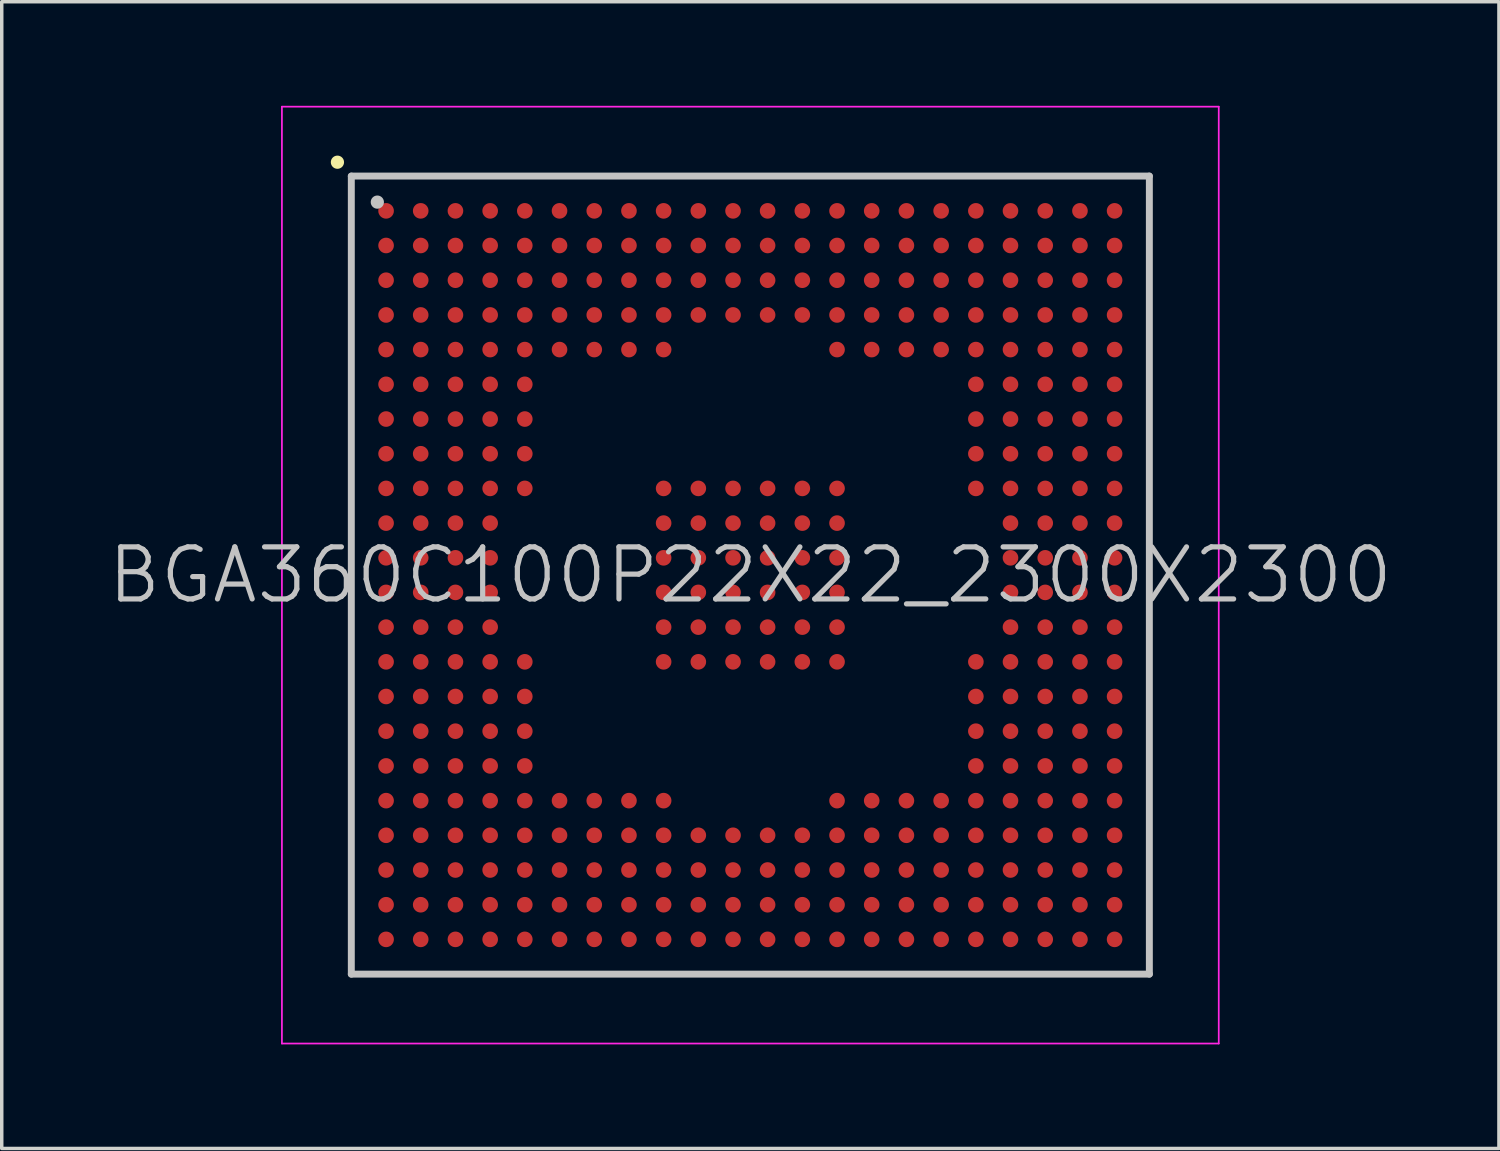
<source format=kicad_pcb>
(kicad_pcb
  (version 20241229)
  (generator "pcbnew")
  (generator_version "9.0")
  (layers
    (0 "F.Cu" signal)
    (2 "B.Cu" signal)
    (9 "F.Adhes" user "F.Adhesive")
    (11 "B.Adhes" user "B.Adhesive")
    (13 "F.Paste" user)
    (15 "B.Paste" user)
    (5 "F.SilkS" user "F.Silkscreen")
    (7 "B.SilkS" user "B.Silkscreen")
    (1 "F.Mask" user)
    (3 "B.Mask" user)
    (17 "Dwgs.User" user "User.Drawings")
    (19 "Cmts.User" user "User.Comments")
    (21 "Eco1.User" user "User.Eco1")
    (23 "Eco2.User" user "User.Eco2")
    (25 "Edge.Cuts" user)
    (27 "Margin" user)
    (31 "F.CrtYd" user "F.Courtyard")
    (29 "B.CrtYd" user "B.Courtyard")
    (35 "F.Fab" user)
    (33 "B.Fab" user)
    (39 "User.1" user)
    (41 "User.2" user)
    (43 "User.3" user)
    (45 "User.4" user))
  (footprint "BGA360C100P22X22_2300X2300"
    (layer "F.Cu")
    (at 18.575 13.525)
    (property "Reference" "BGA360C100P22X22_2300X2300" (at 0 0 0) (layer "Dwgs.User") (effects (font (size 1.5 1.5) (thickness 0.15))))
    (attr smd)
    (fp_line (start -11.9 -11.9) (end -11.9 -11.9) (stroke (width 0.381) (type solid)) (layer "F.SilkS"))
    (fp_line (start -11.5 -11.5) (end -11.5 11.5) (stroke (width 0.2) (type solid)) (layer "Dwgs.User"))
    (fp_line (start -11.5 -11.5) (end 11.5 -11.5) (stroke (width 0.2) (type solid)) (layer "Dwgs.User"))
    (fp_line (start -11.5 11.5) (end 11.5 11.5) (stroke (width 0.2) (type solid)) (layer "Dwgs.User"))
    (fp_line (start -10.75 -10.75) (end -10.75 -10.75) (stroke (width 0.381) (type solid)) (layer "Dwgs.User"))
    (fp_line (start 11.5 -11.5) (end 11.5 11.5) (stroke (width 0.2) (type solid)) (layer "Dwgs.User"))
    (fp_line (start -13.5 -13.5) (end -13.5 13.5) (stroke (width 0.05) (type solid)) (layer "F.CrtYd"))
    (fp_line (start -13.5 -13.5) (end 13.5 -13.5) (stroke (width 0.05) (type solid)) (layer "F.CrtYd"))
    (fp_line (start -13.5 13.5) (end 13.5 13.5) (stroke (width 0.05) (type solid)) (layer "F.CrtYd"))
    (fp_line (start 13.5 -13.5) (end 13.5 13.5) (stroke (width 0.05) (type solid)) (layer "F.CrtYd"))
    (pad "A1" smd circle (at -10.498 -10.498 270) (size 0.45 0.45) (layers "F.Cu" "F.Mask" "F.Paste"))
    (pad "A2" smd circle (at -9.5 -10.498 270) (size 0.45 0.45) (layers "F.Cu" "F.Mask" "F.Paste"))
    (pad "A3" smd circle (at -8.499 -10.498 270) (size 0.45 0.45) (layers "F.Cu" "F.Mask" "F.Paste"))
    (pad "A4" smd circle (at -7.498 -10.498 270) (size 0.45 0.45) (layers "F.Cu" "F.Mask" "F.Paste"))
    (pad "A5" smd circle (at -6.5 -10.498 270) (size 0.45 0.45) (layers "F.Cu" "F.Mask" "F.Paste"))
    (pad "A6" smd circle (at -5.499 -10.498 270) (size 0.45 0.45) (layers "F.Cu" "F.Mask" "F.Paste"))
    (pad "A7" smd circle (at -4.498 -10.498 270) (size 0.45 0.45) (layers "F.Cu" "F.Mask" "F.Paste"))
    (pad "A8" smd circle (at -3.498 -10.498 270) (size 0.45 0.45) (layers "F.Cu" "F.Mask" "F.Paste"))
    (pad "A9" smd circle (at -2.499 -10.498 270) (size 0.45 0.45) (layers "F.Cu" "F.Mask" "F.Paste"))
    (pad "A10" smd circle (at -1.499 -10.498 270) (size 0.45 0.45) (layers "F.Cu" "F.Mask" "F.Paste"))
    (pad "A11" smd circle (at -0.498 -10.498 270) (size 0.45 0.45) (layers "F.Cu" "F.Mask" "F.Paste"))
    (pad "A12" smd circle (at 0.498 -10.498 270) (size 0.45 0.45) (layers "F.Cu" "F.Mask" "F.Paste"))
    (pad "A13" smd circle (at 1.499 -10.498 270) (size 0.45 0.45) (layers "F.Cu" "F.Mask" "F.Paste"))
    (pad "A14" smd circle (at 2.499 -10.498 270) (size 0.45 0.45) (layers "F.Cu" "F.Mask" "F.Paste"))
    (pad "A15" smd circle (at 3.498 -10.498 270) (size 0.45 0.45) (layers "F.Cu" "F.Mask" "F.Paste"))
    (pad "A16" smd circle (at 4.498 -10.498 270) (size 0.45 0.45) (layers "F.Cu" "F.Mask" "F.Paste"))
    (pad "A17" smd circle (at 5.499 -10.498 270) (size 0.45 0.45) (layers "F.Cu" "F.Mask" "F.Paste"))
    (pad "A18" smd circle (at 6.5 -10.498 270) (size 0.45 0.45) (layers "F.Cu" "F.Mask" "F.Paste"))
    (pad "A19" smd circle (at 7.498 -10.498 270) (size 0.45 0.45) (layers "F.Cu" "F.Mask" "F.Paste"))
    (pad "A20" smd circle (at 8.499 -10.498 270) (size 0.45 0.45) (layers "F.Cu" "F.Mask" "F.Paste"))
    (pad "A21" smd circle (at 9.5 -10.498 270) (size 0.45 0.45) (layers "F.Cu" "F.Mask" "F.Paste"))
    (pad "A22" smd circle (at 10.498 -10.498 270) (size 0.45 0.45) (layers "F.Cu" "F.Mask" "F.Paste"))
    (pad "AA1" smd circle (at -10.498 9.5 270) (size 0.45 0.45) (layers "F.Cu" "F.Mask" "F.Paste"))
    (pad "AA2" smd circle (at -9.5 9.5 270) (size 0.45 0.45) (layers "F.Cu" "F.Mask" "F.Paste"))
    (pad "AA3" smd circle (at -8.499 9.5 270) (size 0.45 0.45) (layers "F.Cu" "F.Mask" "F.Paste"))
    (pad "AA4" smd circle (at -7.498 9.5 270) (size 0.45 0.45) (layers "F.Cu" "F.Mask" "F.Paste"))
    (pad "AA5" smd circle (at -6.5 9.5 270) (size 0.45 0.45) (layers "F.Cu" "F.Mask" "F.Paste"))
    (pad "AA6" smd circle (at -5.499 9.5 270) (size 0.45 0.45) (layers "F.Cu" "F.Mask" "F.Paste"))
    (pad "AA7" smd circle (at -4.498 9.5 270) (size 0.45 0.45) (layers "F.Cu" "F.Mask" "F.Paste"))
    (pad "AA8" smd circle (at -3.498 9.5 270) (size 0.45 0.45) (layers "F.Cu" "F.Mask" "F.Paste"))
    (pad "AA9" smd circle (at -2.499 9.5 270) (size 0.45 0.45) (layers "F.Cu" "F.Mask" "F.Paste"))
    (pad "AA10" smd circle (at -1.499 9.5 270) (size 0.45 0.45) (layers "F.Cu" "F.Mask" "F.Paste"))
    (pad "AA11" smd circle (at -0.498 9.5 270) (size 0.45 0.45) (layers "F.Cu" "F.Mask" "F.Paste"))
    (pad "AA12" smd circle (at 0.498 9.5 270) (size 0.45 0.45) (layers "F.Cu" "F.Mask" "F.Paste"))
    (pad "AA13" smd circle (at 1.499 9.5 270) (size 0.45 0.45) (layers "F.Cu" "F.Mask" "F.Paste"))
    (pad "AA14" smd circle (at 2.499 9.5 270) (size 0.45 0.45) (layers "F.Cu" "F.Mask" "F.Paste"))
    (pad "AA15" smd circle (at 3.498 9.5 270) (size 0.45 0.45) (layers "F.Cu" "F.Mask" "F.Paste"))
    (pad "AA16" smd circle (at 4.498 9.5 270) (size 0.45 0.45) (layers "F.Cu" "F.Mask" "F.Paste"))
    (pad "AA17" smd circle (at 5.499 9.5 270) (size 0.45 0.45) (layers "F.Cu" "F.Mask" "F.Paste"))
    (pad "AA18" smd circle (at 6.5 9.5 270) (size 0.45 0.45) (layers "F.Cu" "F.Mask" "F.Paste"))
    (pad "AA19" smd circle (at 7.498 9.5 270) (size 0.45 0.45) (layers "F.Cu" "F.Mask" "F.Paste"))
    (pad "AA20" smd circle (at 8.499 9.5 270) (size 0.45 0.45) (layers "F.Cu" "F.Mask" "F.Paste"))
    (pad "AA21" smd circle (at 9.5 9.5 270) (size 0.45 0.45) (layers "F.Cu" "F.Mask" "F.Paste"))
    (pad "AA22" smd circle (at 10.498 9.5 270) (size 0.45 0.45) (layers "F.Cu" "F.Mask" "F.Paste"))
    (pad "AB1" smd circle (at -10.498 10.498 270) (size 0.45 0.45) (layers "F.Cu" "F.Mask" "F.Paste"))
    (pad "AB2" smd circle (at -9.5 10.498 270) (size 0.45 0.45) (layers "F.Cu" "F.Mask" "F.Paste"))
    (pad "AB3" smd circle (at -8.499 10.498 270) (size 0.45 0.45) (layers "F.Cu" "F.Mask" "F.Paste"))
    (pad "AB4" smd circle (at -7.498 10.498 270) (size 0.45 0.45) (layers "F.Cu" "F.Mask" "F.Paste"))
    (pad "AB5" smd circle (at -6.5 10.498 270) (size 0.45 0.45) (layers "F.Cu" "F.Mask" "F.Paste"))
    (pad "AB6" smd circle (at -5.499 10.498 270) (size 0.45 0.45) (layers "F.Cu" "F.Mask" "F.Paste"))
    (pad "AB7" smd circle (at -4.498 10.498 270) (size 0.45 0.45) (layers "F.Cu" "F.Mask" "F.Paste"))
    (pad "AB8" smd circle (at -3.498 10.498 270) (size 0.45 0.45) (layers "F.Cu" "F.Mask" "F.Paste"))
    (pad "AB9" smd circle (at -2.499 10.498 270) (size 0.45 0.45) (layers "F.Cu" "F.Mask" "F.Paste"))
    (pad "AB10" smd circle (at -1.499 10.498 270) (size 0.45 0.45) (layers "F.Cu" "F.Mask" "F.Paste"))
    (pad "AB11" smd circle (at -0.498 10.498 270) (size 0.45 0.45) (layers "F.Cu" "F.Mask" "F.Paste"))
    (pad "AB12" smd circle (at 0.498 10.498 270) (size 0.45 0.45) (layers "F.Cu" "F.Mask" "F.Paste"))
    (pad "AB13" smd circle (at 1.499 10.498 270) (size 0.45 0.45) (layers "F.Cu" "F.Mask" "F.Paste"))
    (pad "AB14" smd circle (at 2.499 10.498 270) (size 0.45 0.45) (layers "F.Cu" "F.Mask" "F.Paste"))
    (pad "AB15" smd circle (at 3.498 10.498 270) (size 0.45 0.45) (layers "F.Cu" "F.Mask" "F.Paste"))
    (pad "AB16" smd circle (at 4.498 10.498 270) (size 0.45 0.45) (layers "F.Cu" "F.Mask" "F.Paste"))
    (pad "AB17" smd circle (at 5.499 10.498 270) (size 0.45 0.45) (layers "F.Cu" "F.Mask" "F.Paste"))
    (pad "AB18" smd circle (at 6.5 10.498 270) (size 0.45 0.45) (layers "F.Cu" "F.Mask" "F.Paste"))
    (pad "AB19" smd circle (at 7.498 10.498 270) (size 0.45 0.45) (layers "F.Cu" "F.Mask" "F.Paste"))
    (pad "AB20" smd circle (at 8.499 10.498 270) (size 0.45 0.45) (layers "F.Cu" "F.Mask" "F.Paste"))
    (pad "AB21" smd circle (at 9.5 10.498 270) (size 0.45 0.45) (layers "F.Cu" "F.Mask" "F.Paste"))
    (pad "AB22" smd circle (at 10.498 10.498 270) (size 0.45 0.45) (layers "F.Cu" "F.Mask" "F.Paste"))
    (pad "B1" smd circle (at -10.498 -9.5 270) (size 0.45 0.45) (layers "F.Cu" "F.Mask" "F.Paste"))
    (pad "B2" smd circle (at -9.5 -9.5 270) (size 0.45 0.45) (layers "F.Cu" "F.Mask" "F.Paste"))
    (pad "B3" smd circle (at -8.499 -9.5 270) (size 0.45 0.45) (layers "F.Cu" "F.Mask" "F.Paste"))
    (pad "B4" smd circle (at -7.498 -9.5 270) (size 0.45 0.45) (layers "F.Cu" "F.Mask" "F.Paste"))
    (pad "B5" smd circle (at -6.5 -9.5 270) (size 0.45 0.45) (layers "F.Cu" "F.Mask" "F.Paste"))
    (pad "B6" smd circle (at -5.499 -9.5 270) (size 0.45 0.45) (layers "F.Cu" "F.Mask" "F.Paste"))
    (pad "B7" smd circle (at -4.498 -9.5 270) (size 0.45 0.45) (layers "F.Cu" "F.Mask" "F.Paste"))
    (pad "B8" smd circle (at -3.498 -9.5 270) (size 0.45 0.45) (layers "F.Cu" "F.Mask" "F.Paste"))
    (pad "B9" smd circle (at -2.499 -9.5 270) (size 0.45 0.45) (layers "F.Cu" "F.Mask" "F.Paste"))
    (pad "B10" smd circle (at -1.499 -9.5 270) (size 0.45 0.45) (layers "F.Cu" "F.Mask" "F.Paste"))
    (pad "B11" smd circle (at -0.498 -9.5 270) (size 0.45 0.45) (layers "F.Cu" "F.Mask" "F.Paste"))
    (pad "B12" smd circle (at 0.498 -9.5 270) (size 0.45 0.45) (layers "F.Cu" "F.Mask" "F.Paste"))
    (pad "B13" smd circle (at 1.499 -9.5 270) (size 0.45 0.45) (layers "F.Cu" "F.Mask" "F.Paste"))
    (pad "B14" smd circle (at 2.499 -9.5 270) (size 0.45 0.45) (layers "F.Cu" "F.Mask" "F.Paste"))
    (pad "B15" smd circle (at 3.498 -9.5 270) (size 0.45 0.45) (layers "F.Cu" "F.Mask" "F.Paste"))
    (pad "B16" smd circle (at 4.498 -9.5 270) (size 0.45 0.45) (layers "F.Cu" "F.Mask" "F.Paste"))
    (pad "B17" smd circle (at 5.499 -9.5 270) (size 0.45 0.45) (layers "F.Cu" "F.Mask" "F.Paste"))
    (pad "B18" smd circle (at 6.5 -9.5 270) (size 0.45 0.45) (layers "F.Cu" "F.Mask" "F.Paste"))
    (pad "B19" smd circle (at 7.498 -9.5 270) (size 0.45 0.45) (layers "F.Cu" "F.Mask" "F.Paste"))
    (pad "B20" smd circle (at 8.499 -9.5 270) (size 0.45 0.45) (layers "F.Cu" "F.Mask" "F.Paste"))
    (pad "B21" smd circle (at 9.5 -9.5 270) (size 0.45 0.45) (layers "F.Cu" "F.Mask" "F.Paste"))
    (pad "B22" smd circle (at 10.498 -9.5 270) (size 0.45 0.45) (layers "F.Cu" "F.Mask" "F.Paste"))
    (pad "C1" smd circle (at -10.498 -8.499 270) (size 0.45 0.45) (layers "F.Cu" "F.Mask" "F.Paste"))
    (pad "C2" smd circle (at -9.5 -8.499 270) (size 0.45 0.45) (layers "F.Cu" "F.Mask" "F.Paste"))
    (pad "C3" smd circle (at -8.499 -8.499 270) (size 0.45 0.45) (layers "F.Cu" "F.Mask" "F.Paste"))
    (pad "C4" smd circle (at -7.498 -8.499 270) (size 0.45 0.45) (layers "F.Cu" "F.Mask" "F.Paste"))
    (pad "C5" smd circle (at -6.5 -8.499 270) (size 0.45 0.45) (layers "F.Cu" "F.Mask" "F.Paste"))
    (pad "C6" smd circle (at -5.499 -8.499 270) (size 0.45 0.45) (layers "F.Cu" "F.Mask" "F.Paste"))
    (pad "C7" smd circle (at -4.498 -8.499 270) (size 0.45 0.45) (layers "F.Cu" "F.Mask" "F.Paste"))
    (pad "C8" smd circle (at -3.498 -8.499 270) (size 0.45 0.45) (layers "F.Cu" "F.Mask" "F.Paste"))
    (pad "C9" smd circle (at -2.499 -8.499 270) (size 0.45 0.45) (layers "F.Cu" "F.Mask" "F.Paste"))
    (pad "C10" smd circle (at -1.499 -8.499 270) (size 0.45 0.45) (layers "F.Cu" "F.Mask" "F.Paste"))
    (pad "C11" smd circle (at -0.498 -8.499 270) (size 0.45 0.45) (layers "F.Cu" "F.Mask" "F.Paste"))
    (pad "C12" smd circle (at 0.498 -8.499 270) (size 0.45 0.45) (layers "F.Cu" "F.Mask" "F.Paste"))
    (pad "C13" smd circle (at 1.499 -8.499 270) (size 0.45 0.45) (layers "F.Cu" "F.Mask" "F.Paste"))
    (pad "C14" smd circle (at 2.499 -8.499 270) (size 0.45 0.45) (layers "F.Cu" "F.Mask" "F.Paste"))
    (pad "C15" smd circle (at 3.498 -8.499 270) (size 0.45 0.45) (layers "F.Cu" "F.Mask" "F.Paste"))
    (pad "C16" smd circle (at 4.498 -8.499 270) (size 0.45 0.45) (layers "F.Cu" "F.Mask" "F.Paste"))
    (pad "C17" smd circle (at 5.499 -8.499 270) (size 0.45 0.45) (layers "F.Cu" "F.Mask" "F.Paste"))
    (pad "C18" smd circle (at 6.5 -8.499 270) (size 0.45 0.45) (layers "F.Cu" "F.Mask" "F.Paste"))
    (pad "C19" smd circle (at 7.498 -8.499 270) (size 0.45 0.45) (layers "F.Cu" "F.Mask" "F.Paste"))
    (pad "C20" smd circle (at 8.499 -8.499 270) (size 0.45 0.45) (layers "F.Cu" "F.Mask" "F.Paste"))
    (pad "C21" smd circle (at 9.5 -8.499 270) (size 0.45 0.45) (layers "F.Cu" "F.Mask" "F.Paste"))
    (pad "C22" smd circle (at 10.498 -8.499 270) (size 0.45 0.45) (layers "F.Cu" "F.Mask" "F.Paste"))
    (pad "D1" smd circle (at -10.498 -7.498 270) (size 0.45 0.45) (layers "F.Cu" "F.Mask" "F.Paste"))
    (pad "D2" smd circle (at -9.5 -7.498 270) (size 0.45 0.45) (layers "F.Cu" "F.Mask" "F.Paste"))
    (pad "D3" smd circle (at -8.499 -7.498 270) (size 0.45 0.45) (layers "F.Cu" "F.Mask" "F.Paste"))
    (pad "D4" smd circle (at -7.498 -7.498 270) (size 0.45 0.45) (layers "F.Cu" "F.Mask" "F.Paste"))
    (pad "D5" smd circle (at -6.5 -7.498 270) (size 0.45 0.45) (layers "F.Cu" "F.Mask" "F.Paste"))
    (pad "D6" smd circle (at -5.499 -7.498 270) (size 0.45 0.45) (layers "F.Cu" "F.Mask" "F.Paste"))
    (pad "D7" smd circle (at -4.498 -7.498 270) (size 0.45 0.45) (layers "F.Cu" "F.Mask" "F.Paste"))
    (pad "D8" smd circle (at -3.498 -7.498 270) (size 0.45 0.45) (layers "F.Cu" "F.Mask" "F.Paste"))
    (pad "D9" smd circle (at -2.499 -7.498 270) (size 0.45 0.45) (layers "F.Cu" "F.Mask" "F.Paste"))
    (pad "D10" smd circle (at -1.499 -7.498 270) (size 0.45 0.45) (layers "F.Cu" "F.Mask" "F.Paste"))
    (pad "D11" smd circle (at -0.498 -7.498 270) (size 0.45 0.45) (layers "F.Cu" "F.Mask" "F.Paste"))
    (pad "D12" smd circle (at 0.498 -7.498 270) (size 0.45 0.45) (layers "F.Cu" "F.Mask" "F.Paste"))
    (pad "D13" smd circle (at 1.499 -7.498 270) (size 0.45 0.45) (layers "F.Cu" "F.Mask" "F.Paste"))
    (pad "D14" smd circle (at 2.499 -7.498 270) (size 0.45 0.45) (layers "F.Cu" "F.Mask" "F.Paste"))
    (pad "D15" smd circle (at 3.498 -7.498 270) (size 0.45 0.45) (layers "F.Cu" "F.Mask" "F.Paste"))
    (pad "D16" smd circle (at 4.498 -7.498 270) (size 0.45 0.45) (layers "F.Cu" "F.Mask" "F.Paste"))
    (pad "D17" smd circle (at 5.499 -7.498 270) (size 0.45 0.45) (layers "F.Cu" "F.Mask" "F.Paste"))
    (pad "D18" smd circle (at 6.5 -7.498 270) (size 0.45 0.45) (layers "F.Cu" "F.Mask" "F.Paste"))
    (pad "D19" smd circle (at 7.498 -7.498 270) (size 0.45 0.45) (layers "F.Cu" "F.Mask" "F.Paste"))
    (pad "D20" smd circle (at 8.499 -7.498 270) (size 0.45 0.45) (layers "F.Cu" "F.Mask" "F.Paste"))
    (pad "D21" smd circle (at 9.5 -7.498 270) (size 0.45 0.45) (layers "F.Cu" "F.Mask" "F.Paste"))
    (pad "D22" smd circle (at 10.498 -7.498 270) (size 0.45 0.45) (layers "F.Cu" "F.Mask" "F.Paste"))
    (pad "E1" smd circle (at -10.498 -6.5 270) (size 0.45 0.45) (layers "F.Cu" "F.Mask" "F.Paste"))
    (pad "E2" smd circle (at -9.5 -6.5 270) (size 0.45 0.45) (layers "F.Cu" "F.Mask" "F.Paste"))
    (pad "E3" smd circle (at -8.499 -6.5 270) (size 0.45 0.45) (layers "F.Cu" "F.Mask" "F.Paste"))
    (pad "E4" smd circle (at -7.498 -6.5 270) (size 0.45 0.45) (layers "F.Cu" "F.Mask" "F.Paste"))
    (pad "E5" smd circle (at -6.5 -6.5 270) (size 0.45 0.45) (layers "F.Cu" "F.Mask" "F.Paste"))
    (pad "E6" smd circle (at -5.499 -6.5 270) (size 0.45 0.45) (layers "F.Cu" "F.Mask" "F.Paste"))
    (pad "E7" smd circle (at -4.498 -6.5 270) (size 0.45 0.45) (layers "F.Cu" "F.Mask" "F.Paste"))
    (pad "E8" smd circle (at -3.498 -6.5 270) (size 0.45 0.45) (layers "F.Cu" "F.Mask" "F.Paste"))
    (pad "E9" smd circle (at -2.499 -6.5 270) (size 0.45 0.45) (layers "F.Cu" "F.Mask" "F.Paste"))
    (pad "E14" smd circle (at 2.499 -6.5 270) (size 0.45 0.45) (layers "F.Cu" "F.Mask" "F.Paste"))
    (pad "E15" smd circle (at 3.498 -6.5 270) (size 0.45 0.45) (layers "F.Cu" "F.Mask" "F.Paste"))
    (pad "E16" smd circle (at 4.498 -6.5 270) (size 0.45 0.45) (layers "F.Cu" "F.Mask" "F.Paste"))
    (pad "E17" smd circle (at 5.499 -6.5 270) (size 0.45 0.45) (layers "F.Cu" "F.Mask" "F.Paste"))
    (pad "E18" smd circle (at 6.5 -6.5 270) (size 0.45 0.45) (layers "F.Cu" "F.Mask" "F.Paste"))
    (pad "E19" smd circle (at 7.498 -6.5 270) (size 0.45 0.45) (layers "F.Cu" "F.Mask" "F.Paste"))
    (pad "E20" smd circle (at 8.499 -6.5 270) (size 0.45 0.45) (layers "F.Cu" "F.Mask" "F.Paste"))
    (pad "E21" smd circle (at 9.5 -6.5 270) (size 0.45 0.45) (layers "F.Cu" "F.Mask" "F.Paste"))
    (pad "E22" smd circle (at 10.498 -6.5 270) (size 0.45 0.45) (layers "F.Cu" "F.Mask" "F.Paste"))
    (pad "F1" smd circle (at -10.498 -5.499 270) (size 0.45 0.45) (layers "F.Cu" "F.Mask" "F.Paste"))
    (pad "F2" smd circle (at -9.5 -5.499 270) (size 0.45 0.45) (layers "F.Cu" "F.Mask" "F.Paste"))
    (pad "F3" smd circle (at -8.499 -5.499 270) (size 0.45 0.45) (layers "F.Cu" "F.Mask" "F.Paste"))
    (pad "F4" smd circle (at -7.498 -5.499 270) (size 0.45 0.45) (layers "F.Cu" "F.Mask" "F.Paste"))
    (pad "F5" smd circle (at -6.5 -5.499 270) (size 0.45 0.45) (layers "F.Cu" "F.Mask" "F.Paste"))
    (pad "F18" smd circle (at 6.5 -5.499 270) (size 0.45 0.45) (layers "F.Cu" "F.Mask" "F.Paste"))
    (pad "F19" smd circle (at 7.498 -5.499 270) (size 0.45 0.45) (layers "F.Cu" "F.Mask" "F.Paste"))
    (pad "F20" smd circle (at 8.499 -5.499 270) (size 0.45 0.45) (layers "F.Cu" "F.Mask" "F.Paste"))
    (pad "F21" smd circle (at 9.5 -5.499 270) (size 0.45 0.45) (layers "F.Cu" "F.Mask" "F.Paste"))
    (pad "F22" smd circle (at 10.498 -5.499 270) (size 0.45 0.45) (layers "F.Cu" "F.Mask" "F.Paste"))
    (pad "G1" smd circle (at -10.498 -4.498 270) (size 0.45 0.45) (layers "F.Cu" "F.Mask" "F.Paste"))
    (pad "G2" smd circle (at -9.5 -4.498 270) (size 0.45 0.45) (layers "F.Cu" "F.Mask" "F.Paste"))
    (pad "G3" smd circle (at -8.499 -4.498 270) (size 0.45 0.45) (layers "F.Cu" "F.Mask" "F.Paste"))
    (pad "G4" smd circle (at -7.498 -4.498 270) (size 0.45 0.45) (layers "F.Cu" "F.Mask" "F.Paste"))
    (pad "G5" smd circle (at -6.5 -4.498 270) (size 0.45 0.45) (layers "F.Cu" "F.Mask" "F.Paste"))
    (pad "G18" smd circle (at 6.5 -4.498 270) (size 0.45 0.45) (layers "F.Cu" "F.Mask" "F.Paste"))
    (pad "G19" smd circle (at 7.498 -4.498 270) (size 0.45 0.45) (layers "F.Cu" "F.Mask" "F.Paste"))
    (pad "G20" smd circle (at 8.499 -4.498 270) (size 0.45 0.45) (layers "F.Cu" "F.Mask" "F.Paste"))
    (pad "G21" smd circle (at 9.5 -4.498 270) (size 0.45 0.45) (layers "F.Cu" "F.Mask" "F.Paste"))
    (pad "G22" smd circle (at 10.498 -4.498 270) (size 0.45 0.45) (layers "F.Cu" "F.Mask" "F.Paste"))
    (pad "H1" smd circle (at -10.498 -3.498 270) (size 0.45 0.45) (layers "F.Cu" "F.Mask" "F.Paste"))
    (pad "H2" smd circle (at -9.5 -3.498 270) (size 0.45 0.45) (layers "F.Cu" "F.Mask" "F.Paste"))
    (pad "H3" smd circle (at -8.499 -3.498 270) (size 0.45 0.45) (layers "F.Cu" "F.Mask" "F.Paste"))
    (pad "H4" smd circle (at -7.498 -3.498 270) (size 0.45 0.45) (layers "F.Cu" "F.Mask" "F.Paste"))
    (pad "H5" smd circle (at -6.5 -3.498 270) (size 0.45 0.45) (layers "F.Cu" "F.Mask" "F.Paste"))
    (pad "H18" smd circle (at 6.5 -3.498 270) (size 0.45 0.45) (layers "F.Cu" "F.Mask" "F.Paste"))
    (pad "H19" smd circle (at 7.498 -3.498 270) (size 0.45 0.45) (layers "F.Cu" "F.Mask" "F.Paste"))
    (pad "H20" smd circle (at 8.499 -3.498 270) (size 0.45 0.45) (layers "F.Cu" "F.Mask" "F.Paste"))
    (pad "H21" smd circle (at 9.5 -3.498 270) (size 0.45 0.45) (layers "F.Cu" "F.Mask" "F.Paste"))
    (pad "H22" smd circle (at 10.498 -3.498 270) (size 0.45 0.45) (layers "F.Cu" "F.Mask" "F.Paste"))
    (pad "J1" smd circle (at -10.498 -2.499 270) (size 0.45 0.45) (layers "F.Cu" "F.Mask" "F.Paste"))
    (pad "J2" smd circle (at -9.5 -2.499 270) (size 0.45 0.45) (layers "F.Cu" "F.Mask" "F.Paste"))
    (pad "J3" smd circle (at -8.499 -2.499 270) (size 0.45 0.45) (layers "F.Cu" "F.Mask" "F.Paste"))
    (pad "J4" smd circle (at -7.498 -2.499 270) (size 0.45 0.45) (layers "F.Cu" "F.Mask" "F.Paste"))
    (pad "J5" smd circle (at -6.5 -2.499 270) (size 0.45 0.45) (layers "F.Cu" "F.Mask" "F.Paste"))
    (pad "J9" smd circle (at -2.499 -2.499 270) (size 0.45 0.45) (layers "F.Cu" "F.Mask" "F.Paste"))
    (pad "J10" smd circle (at -1.499 -2.499 270) (size 0.45 0.45) (layers "F.Cu" "F.Mask" "F.Paste"))
    (pad "J11" smd circle (at -0.498 -2.499 270) (size 0.45 0.45) (layers "F.Cu" "F.Mask" "F.Paste"))
    (pad "J12" smd circle (at 0.498 -2.499 270) (size 0.45 0.45) (layers "F.Cu" "F.Mask" "F.Paste"))
    (pad "J13" smd circle (at 1.499 -2.499 270) (size 0.45 0.45) (layers "F.Cu" "F.Mask" "F.Paste"))
    (pad "J14" smd circle (at 2.499 -2.499 270) (size 0.45 0.45) (layers "F.Cu" "F.Mask" "F.Paste"))
    (pad "J18" smd circle (at 6.5 -2.499 270) (size 0.45 0.45) (layers "F.Cu" "F.Mask" "F.Paste"))
    (pad "J19" smd circle (at 7.498 -2.499 270) (size 0.45 0.45) (layers "F.Cu" "F.Mask" "F.Paste"))
    (pad "J20" smd circle (at 8.499 -2.499 270) (size 0.45 0.45) (layers "F.Cu" "F.Mask" "F.Paste"))
    (pad "J21" smd circle (at 9.5 -2.499 270) (size 0.45 0.45) (layers "F.Cu" "F.Mask" "F.Paste"))
    (pad "J22" smd circle (at 10.498 -2.499 270) (size 0.45 0.45) (layers "F.Cu" "F.Mask" "F.Paste"))
    (pad "K1" smd circle (at -10.498 -1.499 270) (size 0.45 0.45) (layers "F.Cu" "F.Mask" "F.Paste"))
    (pad "K2" smd circle (at -9.5 -1.499 270) (size 0.45 0.45) (layers "F.Cu" "F.Mask" "F.Paste"))
    (pad "K3" smd circle (at -8.499 -1.499 270) (size 0.45 0.45) (layers "F.Cu" "F.Mask" "F.Paste"))
    (pad "K4" smd circle (at -7.498 -1.499 270) (size 0.45 0.45) (layers "F.Cu" "F.Mask" "F.Paste"))
    (pad "K9" smd circle (at -2.499 -1.499 270) (size 0.45 0.45) (layers "F.Cu" "F.Mask" "F.Paste"))
    (pad "K10" smd circle (at -1.499 -1.499 270) (size 0.45 0.45) (layers "F.Cu" "F.Mask" "F.Paste"))
    (pad "K11" smd circle (at -0.498 -1.499 270) (size 0.45 0.45) (layers "F.Cu" "F.Mask" "F.Paste"))
    (pad "K12" smd circle (at 0.498 -1.499 270) (size 0.45 0.45) (layers "F.Cu" "F.Mask" "F.Paste"))
    (pad "K13" smd circle (at 1.499 -1.499 270) (size 0.45 0.45) (layers "F.Cu" "F.Mask" "F.Paste"))
    (pad "K14" smd circle (at 2.499 -1.499 270) (size 0.45 0.45) (layers "F.Cu" "F.Mask" "F.Paste"))
    (pad "K19" smd circle (at 7.498 -1.499 270) (size 0.45 0.45) (layers "F.Cu" "F.Mask" "F.Paste"))
    (pad "K20" smd circle (at 8.499 -1.499 270) (size 0.45 0.45) (layers "F.Cu" "F.Mask" "F.Paste"))
    (pad "K21" smd circle (at 9.5 -1.499 270) (size 0.45 0.45) (layers "F.Cu" "F.Mask" "F.Paste"))
    (pad "K22" smd circle (at 10.498 -1.499 270) (size 0.45 0.45) (layers "F.Cu" "F.Mask" "F.Paste"))
    (pad "L1" smd circle (at -10.498 -0.498 270) (size 0.45 0.45) (layers "F.Cu" "F.Mask" "F.Paste"))
    (pad "L2" smd circle (at -9.5 -0.498 270) (size 0.45 0.45) (layers "F.Cu" "F.Mask" "F.Paste"))
    (pad "L3" smd circle (at -8.499 -0.498 270) (size 0.45 0.45) (layers "F.Cu" "F.Mask" "F.Paste"))
    (pad "L4" smd circle (at -7.498 -0.498 270) (size 0.45 0.45) (layers "F.Cu" "F.Mask" "F.Paste"))
    (pad "L9" smd circle (at -2.499 -0.498 270) (size 0.45 0.45) (layers "F.Cu" "F.Mask" "F.Paste"))
    (pad "L10" smd circle (at -1.499 -0.498 270) (size 0.45 0.45) (layers "F.Cu" "F.Mask" "F.Paste"))
    (pad "L11" smd circle (at -0.498 -0.498 270) (size 0.45 0.45) (layers "F.Cu" "F.Mask" "F.Paste"))
    (pad "L12" smd circle (at 0.498 -0.498 270) (size 0.45 0.45) (layers "F.Cu" "F.Mask" "F.Paste"))
    (pad "L13" smd circle (at 1.499 -0.498 270) (size 0.45 0.45) (layers "F.Cu" "F.Mask" "F.Paste"))
    (pad "L14" smd circle (at 2.499 -0.498 270) (size 0.45 0.45) (layers "F.Cu" "F.Mask" "F.Paste"))
    (pad "L19" smd circle (at 7.498 -0.498 270) (size 0.45 0.45) (layers "F.Cu" "F.Mask" "F.Paste"))
    (pad "L20" smd circle (at 8.499 -0.498 270) (size 0.45 0.45) (layers "F.Cu" "F.Mask" "F.Paste"))
    (pad "L21" smd circle (at 9.5 -0.498 270) (size 0.45 0.45) (layers "F.Cu" "F.Mask" "F.Paste"))
    (pad "L22" smd circle (at 10.498 -0.498 270) (size 0.45 0.45) (layers "F.Cu" "F.Mask" "F.Paste"))
    (pad "M1" smd circle (at -10.498 0.498 270) (size 0.45 0.45) (layers "F.Cu" "F.Mask" "F.Paste"))
    (pad "M2" smd circle (at -9.5 0.498 270) (size 0.45 0.45) (layers "F.Cu" "F.Mask" "F.Paste"))
    (pad "M3" smd circle (at -8.499 0.498 270) (size 0.45 0.45) (layers "F.Cu" "F.Mask" "F.Paste"))
    (pad "M4" smd circle (at -7.498 0.498 270) (size 0.45 0.45) (layers "F.Cu" "F.Mask" "F.Paste"))
    (pad "M9" smd circle (at -2.499 0.498 270) (size 0.45 0.45) (layers "F.Cu" "F.Mask" "F.Paste"))
    (pad "M10" smd circle (at -1.499 0.498 270) (size 0.45 0.45) (layers "F.Cu" "F.Mask" "F.Paste"))
    (pad "M11" smd circle (at -0.498 0.498 270) (size 0.45 0.45) (layers "F.Cu" "F.Mask" "F.Paste"))
    (pad "M12" smd circle (at 0.498 0.498 270) (size 0.45 0.45) (layers "F.Cu" "F.Mask" "F.Paste"))
    (pad "M13" smd circle (at 1.499 0.498 270) (size 0.45 0.45) (layers "F.Cu" "F.Mask" "F.Paste"))
    (pad "M14" smd circle (at 2.499 0.498 270) (size 0.45 0.45) (layers "F.Cu" "F.Mask" "F.Paste"))
    (pad "M19" smd circle (at 7.498 0.498 270) (size 0.45 0.45) (layers "F.Cu" "F.Mask" "F.Paste"))
    (pad "M20" smd circle (at 8.499 0.498 270) (size 0.45 0.45) (layers "F.Cu" "F.Mask" "F.Paste"))
    (pad "M21" smd circle (at 9.5 0.498 270) (size 0.45 0.45) (layers "F.Cu" "F.Mask" "F.Paste"))
    (pad "M22" smd circle (at 10.498 0.498 270) (size 0.45 0.45) (layers "F.Cu" "F.Mask" "F.Paste"))
    (pad "N1" smd circle (at -10.498 1.499 270) (size 0.45 0.45) (layers "F.Cu" "F.Mask" "F.Paste"))
    (pad "N2" smd circle (at -9.5 1.499 270) (size 0.45 0.45) (layers "F.Cu" "F.Mask" "F.Paste"))
    (pad "N3" smd circle (at -8.499 1.499 270) (size 0.45 0.45) (layers "F.Cu" "F.Mask" "F.Paste"))
    (pad "N4" smd circle (at -7.498 1.499 270) (size 0.45 0.45) (layers "F.Cu" "F.Mask" "F.Paste"))
    (pad "N9" smd circle (at -2.499 1.499 270) (size 0.45 0.45) (layers "F.Cu" "F.Mask" "F.Paste"))
    (pad "N10" smd circle (at -1.499 1.499 270) (size 0.45 0.45) (layers "F.Cu" "F.Mask" "F.Paste"))
    (pad "N11" smd circle (at -0.498 1.499 270) (size 0.45 0.45) (layers "F.Cu" "F.Mask" "F.Paste"))
    (pad "N12" smd circle (at 0.498 1.499 270) (size 0.45 0.45) (layers "F.Cu" "F.Mask" "F.Paste"))
    (pad "N13" smd circle (at 1.499 1.499 270) (size 0.45 0.45) (layers "F.Cu" "F.Mask" "F.Paste"))
    (pad "N14" smd circle (at 2.499 1.499 270) (size 0.45 0.45) (layers "F.Cu" "F.Mask" "F.Paste"))
    (pad "N19" smd circle (at 7.498 1.499 270) (size 0.45 0.45) (layers "F.Cu" "F.Mask" "F.Paste"))
    (pad "N20" smd circle (at 8.499 1.499 270) (size 0.45 0.45) (layers "F.Cu" "F.Mask" "F.Paste"))
    (pad "N21" smd circle (at 9.5 1.499 270) (size 0.45 0.45) (layers "F.Cu" "F.Mask" "F.Paste"))
    (pad "N22" smd circle (at 10.498 1.499 270) (size 0.45 0.45) (layers "F.Cu" "F.Mask" "F.Paste"))
    (pad "P1" smd circle (at -10.498 2.499 270) (size 0.45 0.45) (layers "F.Cu" "F.Mask" "F.Paste"))
    (pad "P2" smd circle (at -9.5 2.499 270) (size 0.45 0.45) (layers "F.Cu" "F.Mask" "F.Paste"))
    (pad "P3" smd circle (at -8.499 2.499 270) (size 0.45 0.45) (layers "F.Cu" "F.Mask" "F.Paste"))
    (pad "P4" smd circle (at -7.498 2.499 270) (size 0.45 0.45) (layers "F.Cu" "F.Mask" "F.Paste"))
    (pad "P5" smd circle (at -6.5 2.499 270) (size 0.45 0.45) (layers "F.Cu" "F.Mask" "F.Paste"))
    (pad "P9" smd circle (at -2.499 2.499 270) (size 0.45 0.45) (layers "F.Cu" "F.Mask" "F.Paste"))
    (pad "P10" smd circle (at -1.499 2.499 270) (size 0.45 0.45) (layers "F.Cu" "F.Mask" "F.Paste"))
    (pad "P11" smd circle (at -0.498 2.499 270) (size 0.45 0.45) (layers "F.Cu" "F.Mask" "F.Paste"))
    (pad "P12" smd circle (at 0.498 2.499 270) (size 0.45 0.45) (layers "F.Cu" "F.Mask" "F.Paste"))
    (pad "P13" smd circle (at 1.499 2.499 270) (size 0.45 0.45) (layers "F.Cu" "F.Mask" "F.Paste"))
    (pad "P14" smd circle (at 2.499 2.499 270) (size 0.45 0.45) (layers "F.Cu" "F.Mask" "F.Paste"))
    (pad "P18" smd circle (at 6.5 2.499 270) (size 0.45 0.45) (layers "F.Cu" "F.Mask" "F.Paste"))
    (pad "P19" smd circle (at 7.498 2.499 270) (size 0.45 0.45) (layers "F.Cu" "F.Mask" "F.Paste"))
    (pad "P20" smd circle (at 8.499 2.499 270) (size 0.45 0.45) (layers "F.Cu" "F.Mask" "F.Paste"))
    (pad "P21" smd circle (at 9.5 2.499 270) (size 0.45 0.45) (layers "F.Cu" "F.Mask" "F.Paste"))
    (pad "P22" smd circle (at 10.498 2.499 270) (size 0.45 0.45) (layers "F.Cu" "F.Mask" "F.Paste"))
    (pad "R1" smd circle (at -10.498 3.498 270) (size 0.45 0.45) (layers "F.Cu" "F.Mask" "F.Paste"))
    (pad "R2" smd circle (at -9.5 3.498 270) (size 0.45 0.45) (layers "F.Cu" "F.Mask" "F.Paste"))
    (pad "R3" smd circle (at -8.499 3.498 270) (size 0.45 0.45) (layers "F.Cu" "F.Mask" "F.Paste"))
    (pad "R4" smd circle (at -7.498 3.498 270) (size 0.45 0.45) (layers "F.Cu" "F.Mask" "F.Paste"))
    (pad "R5" smd circle (at -6.5 3.498 270) (size 0.45 0.45) (layers "F.Cu" "F.Mask" "F.Paste"))
    (pad "R18" smd circle (at 6.5 3.498 270) (size 0.45 0.45) (layers "F.Cu" "F.Mask" "F.Paste"))
    (pad "R19" smd circle (at 7.498 3.498 270) (size 0.45 0.45) (layers "F.Cu" "F.Mask" "F.Paste"))
    (pad "R20" smd circle (at 8.499 3.498 270) (size 0.45 0.45) (layers "F.Cu" "F.Mask" "F.Paste"))
    (pad "R21" smd circle (at 9.5 3.498 270) (size 0.45 0.45) (layers "F.Cu" "F.Mask" "F.Paste"))
    (pad "R22" smd circle (at 10.498 3.498 270) (size 0.45 0.45) (layers "F.Cu" "F.Mask" "F.Paste"))
    (pad "T1" smd circle (at -10.498 4.498 270) (size 0.45 0.45) (layers "F.Cu" "F.Mask" "F.Paste"))
    (pad "T2" smd circle (at -9.5 4.498 270) (size 0.45 0.45) (layers "F.Cu" "F.Mask" "F.Paste"))
    (pad "T3" smd circle (at -8.499 4.498 270) (size 0.45 0.45) (layers "F.Cu" "F.Mask" "F.Paste"))
    (pad "T4" smd circle (at -7.498 4.498 270) (size 0.45 0.45) (layers "F.Cu" "F.Mask" "F.Paste"))
    (pad "T5" smd circle (at -6.5 4.498 270) (size 0.45 0.45) (layers "F.Cu" "F.Mask" "F.Paste"))
    (pad "T18" smd circle (at 6.5 4.498 270) (size 0.45 0.45) (layers "F.Cu" "F.Mask" "F.Paste"))
    (pad "T19" smd circle (at 7.498 4.498 270) (size 0.45 0.45) (layers "F.Cu" "F.Mask" "F.Paste"))
    (pad "T20" smd circle (at 8.499 4.498 270) (size 0.45 0.45) (layers "F.Cu" "F.Mask" "F.Paste"))
    (pad "T21" smd circle (at 9.5 4.498 270) (size 0.45 0.45) (layers "F.Cu" "F.Mask" "F.Paste"))
    (pad "T22" smd circle (at 10.498 4.498 270) (size 0.45 0.45) (layers "F.Cu" "F.Mask" "F.Paste"))
    (pad "U1" smd circle (at -10.498 5.499 270) (size 0.45 0.45) (layers "F.Cu" "F.Mask" "F.Paste"))
    (pad "U2" smd circle (at -9.5 5.499 270) (size 0.45 0.45) (layers "F.Cu" "F.Mask" "F.Paste"))
    (pad "U3" smd circle (at -8.499 5.499 270) (size 0.45 0.45) (layers "F.Cu" "F.Mask" "F.Paste"))
    (pad "U4" smd circle (at -7.498 5.499 270) (size 0.45 0.45) (layers "F.Cu" "F.Mask" "F.Paste"))
    (pad "U5" smd circle (at -6.5 5.499 270) (size 0.45 0.45) (layers "F.Cu" "F.Mask" "F.Paste"))
    (pad "U18" smd circle (at 6.5 5.499 270) (size 0.45 0.45) (layers "F.Cu" "F.Mask" "F.Paste"))
    (pad "U19" smd circle (at 7.498 5.499 270) (size 0.45 0.45) (layers "F.Cu" "F.Mask" "F.Paste"))
    (pad "U20" smd circle (at 8.499 5.499 270) (size 0.45 0.45) (layers "F.Cu" "F.Mask" "F.Paste"))
    (pad "U21" smd circle (at 9.5 5.499 270) (size 0.45 0.45) (layers "F.Cu" "F.Mask" "F.Paste"))
    (pad "U22" smd circle (at 10.498 5.499 270) (size 0.45 0.45) (layers "F.Cu" "F.Mask" "F.Paste"))
    (pad "V1" smd circle (at -10.498 6.5 270) (size 0.45 0.45) (layers "F.Cu" "F.Mask" "F.Paste"))
    (pad "V2" smd circle (at -9.5 6.5 270) (size 0.45 0.45) (layers "F.Cu" "F.Mask" "F.Paste"))
    (pad "V3" smd circle (at -8.499 6.5 270) (size 0.45 0.45) (layers "F.Cu" "F.Mask" "F.Paste"))
    (pad "V4" smd circle (at -7.498 6.5 270) (size 0.45 0.45) (layers "F.Cu" "F.Mask" "F.Paste"))
    (pad "V5" smd circle (at -6.5 6.5 270) (size 0.45 0.45) (layers "F.Cu" "F.Mask" "F.Paste"))
    (pad "V6" smd circle (at -5.499 6.5 270) (size 0.45 0.45) (layers "F.Cu" "F.Mask" "F.Paste"))
    (pad "V7" smd circle (at -4.498 6.5 270) (size 0.45 0.45) (layers "F.Cu" "F.Mask" "F.Paste"))
    (pad "V8" smd circle (at -3.498 6.5 270) (size 0.45 0.45) (layers "F.Cu" "F.Mask" "F.Paste"))
    (pad "V9" smd circle (at -2.499 6.5 270) (size 0.45 0.45) (layers "F.Cu" "F.Mask" "F.Paste"))
    (pad "V14" smd circle (at 2.499 6.5 270) (size 0.45 0.45) (layers "F.Cu" "F.Mask" "F.Paste"))
    (pad "V15" smd circle (at 3.498 6.5 270) (size 0.45 0.45) (layers "F.Cu" "F.Mask" "F.Paste"))
    (pad "V16" smd circle (at 4.498 6.5 270) (size 0.45 0.45) (layers "F.Cu" "F.Mask" "F.Paste"))
    (pad "V17" smd circle (at 5.499 6.5 270) (size 0.45 0.45) (layers "F.Cu" "F.Mask" "F.Paste"))
    (pad "V18" smd circle (at 6.5 6.5 270) (size 0.45 0.45) (layers "F.Cu" "F.Mask" "F.Paste"))
    (pad "V19" smd circle (at 7.498 6.5 270) (size 0.45 0.45) (layers "F.Cu" "F.Mask" "F.Paste"))
    (pad "V20" smd circle (at 8.499 6.5 270) (size 0.45 0.45) (layers "F.Cu" "F.Mask" "F.Paste"))
    (pad "V21" smd circle (at 9.5 6.5 270) (size 0.45 0.45) (layers "F.Cu" "F.Mask" "F.Paste"))
    (pad "V22" smd circle (at 10.498 6.5 270) (size 0.45 0.45) (layers "F.Cu" "F.Mask" "F.Paste"))
    (pad "W1" smd circle (at -10.498 7.498 270) (size 0.45 0.45) (layers "F.Cu" "F.Mask" "F.Paste"))
    (pad "W2" smd circle (at -9.5 7.498 270) (size 0.45 0.45) (layers "F.Cu" "F.Mask" "F.Paste"))
    (pad "W3" smd circle (at -8.499 7.498 270) (size 0.45 0.45) (layers "F.Cu" "F.Mask" "F.Paste"))
    (pad "W4" smd circle (at -7.498 7.498 270) (size 0.45 0.45) (layers "F.Cu" "F.Mask" "F.Paste"))
    (pad "W5" smd circle (at -6.5 7.498 270) (size 0.45 0.45) (layers "F.Cu" "F.Mask" "F.Paste"))
    (pad "W6" smd circle (at -5.499 7.498 270) (size 0.45 0.45) (layers "F.Cu" "F.Mask" "F.Paste"))
    (pad "W7" smd circle (at -4.498 7.498 270) (size 0.45 0.45) (layers "F.Cu" "F.Mask" "F.Paste"))
    (pad "W8" smd circle (at -3.498 7.498 270) (size 0.45 0.45) (layers "F.Cu" "F.Mask" "F.Paste"))
    (pad "W9" smd circle (at -2.499 7.498 270) (size 0.45 0.45) (layers "F.Cu" "F.Mask" "F.Paste"))
    (pad "W10" smd circle (at -1.499 7.498 270) (size 0.45 0.45) (layers "F.Cu" "F.Mask" "F.Paste"))
    (pad "W11" smd circle (at -0.498 7.498 270) (size 0.45 0.45) (layers "F.Cu" "F.Mask" "F.Paste"))
    (pad "W12" smd circle (at 0.498 7.498 270) (size 0.45 0.45) (layers "F.Cu" "F.Mask" "F.Paste"))
    (pad "W13" smd circle (at 1.499 7.498 270) (size 0.45 0.45) (layers "F.Cu" "F.Mask" "F.Paste"))
    (pad "W14" smd circle (at 2.499 7.498 270) (size 0.45 0.45) (layers "F.Cu" "F.Mask" "F.Paste"))
    (pad "W15" smd circle (at 3.498 7.498 270) (size 0.45 0.45) (layers "F.Cu" "F.Mask" "F.Paste"))
    (pad "W16" smd circle (at 4.498 7.498 270) (size 0.45 0.45) (layers "F.Cu" "F.Mask" "F.Paste"))
    (pad "W17" smd circle (at 5.499 7.498 270) (size 0.45 0.45) (layers "F.Cu" "F.Mask" "F.Paste"))
    (pad "W18" smd circle (at 6.5 7.498 270) (size 0.45 0.45) (layers "F.Cu" "F.Mask" "F.Paste"))
    (pad "W19" smd circle (at 7.498 7.498 270) (size 0.45 0.45) (layers "F.Cu" "F.Mask" "F.Paste"))
    (pad "W20" smd circle (at 8.499 7.498 270) (size 0.45 0.45) (layers "F.Cu" "F.Mask" "F.Paste"))
    (pad "W21" smd circle (at 9.5 7.498 270) (size 0.45 0.45) (layers "F.Cu" "F.Mask" "F.Paste"))
    (pad "W22" smd circle (at 10.498 7.498 270) (size 0.45 0.45) (layers "F.Cu" "F.Mask" "F.Paste"))
    (pad "Y1" smd circle (at -10.498 8.499 270) (size 0.45 0.45) (layers "F.Cu" "F.Mask" "F.Paste"))
    (pad "Y2" smd circle (at -9.5 8.499 270) (size 0.45 0.45) (layers "F.Cu" "F.Mask" "F.Paste"))
    (pad "Y3" smd circle (at -8.499 8.499 270) (size 0.45 0.45) (layers "F.Cu" "F.Mask" "F.Paste"))
    (pad "Y4" smd circle (at -7.498 8.499 270) (size 0.45 0.45) (layers "F.Cu" "F.Mask" "F.Paste"))
    (pad "Y5" smd circle (at -6.5 8.499 270) (size 0.45 0.45) (layers "F.Cu" "F.Mask" "F.Paste"))
    (pad "Y6" smd circle (at -5.499 8.499 270) (size 0.45 0.45) (layers "F.Cu" "F.Mask" "F.Paste"))
    (pad "Y7" smd circle (at -4.498 8.499 270) (size 0.45 0.45) (layers "F.Cu" "F.Mask" "F.Paste"))
    (pad "Y8" smd circle (at -3.498 8.499 270) (size 0.45 0.45) (layers "F.Cu" "F.Mask" "F.Paste"))
    (pad "Y9" smd circle (at -2.499 8.499 270) (size 0.45 0.45) (layers "F.Cu" "F.Mask" "F.Paste"))
    (pad "Y10" smd circle (at -1.499 8.499 270) (size 0.45 0.45) (layers "F.Cu" "F.Mask" "F.Paste"))
    (pad "Y11" smd circle (at -0.498 8.499 270) (size 0.45 0.45) (layers "F.Cu" "F.Mask" "F.Paste"))
    (pad "Y12" smd circle (at 0.498 8.499 270) (size 0.45 0.45) (layers "F.Cu" "F.Mask" "F.Paste"))
    (pad "Y13" smd circle (at 1.499 8.499 270) (size 0.45 0.45) (layers "F.Cu" "F.Mask" "F.Paste"))
    (pad "Y14" smd circle (at 2.499 8.499 270) (size 0.45 0.45) (layers "F.Cu" "F.Mask" "F.Paste"))
    (pad "Y15" smd circle (at 3.498 8.499 270) (size 0.45 0.45) (layers "F.Cu" "F.Mask" "F.Paste"))
    (pad "Y16" smd circle (at 4.498 8.499 270) (size 0.45 0.45) (layers "F.Cu" "F.Mask" "F.Paste"))
    (pad "Y17" smd circle (at 5.499 8.499 270) (size 0.45 0.45) (layers "F.Cu" "F.Mask" "F.Paste"))
    (pad "Y18" smd circle (at 6.5 8.499 270) (size 0.45 0.45) (layers "F.Cu" "F.Mask" "F.Paste"))
    (pad "Y19" smd circle (at 7.498 8.499 270) (size 0.45 0.45) (layers "F.Cu" "F.Mask" "F.Paste"))
    (pad "Y20" smd circle (at 8.499 8.499 270) (size 0.45 0.45) (layers "F.Cu" "F.Mask" "F.Paste"))
    (pad "Y21" smd circle (at 9.5 8.499 270) (size 0.45 0.45) (layers "F.Cu" "F.Mask" "F.Paste"))
    (pad "Y22" smd circle (at 10.498 8.499 270) (size 0.45 0.45) (layers "F.Cu" "F.Mask" "F.Paste")))
  (gr_rect
    (start -3 -3)
    (end 40.15 30.05)
    (stroke (width 0.1) (type default))
    (fill no)
    (layer "Edge.Cuts")))
</source>
